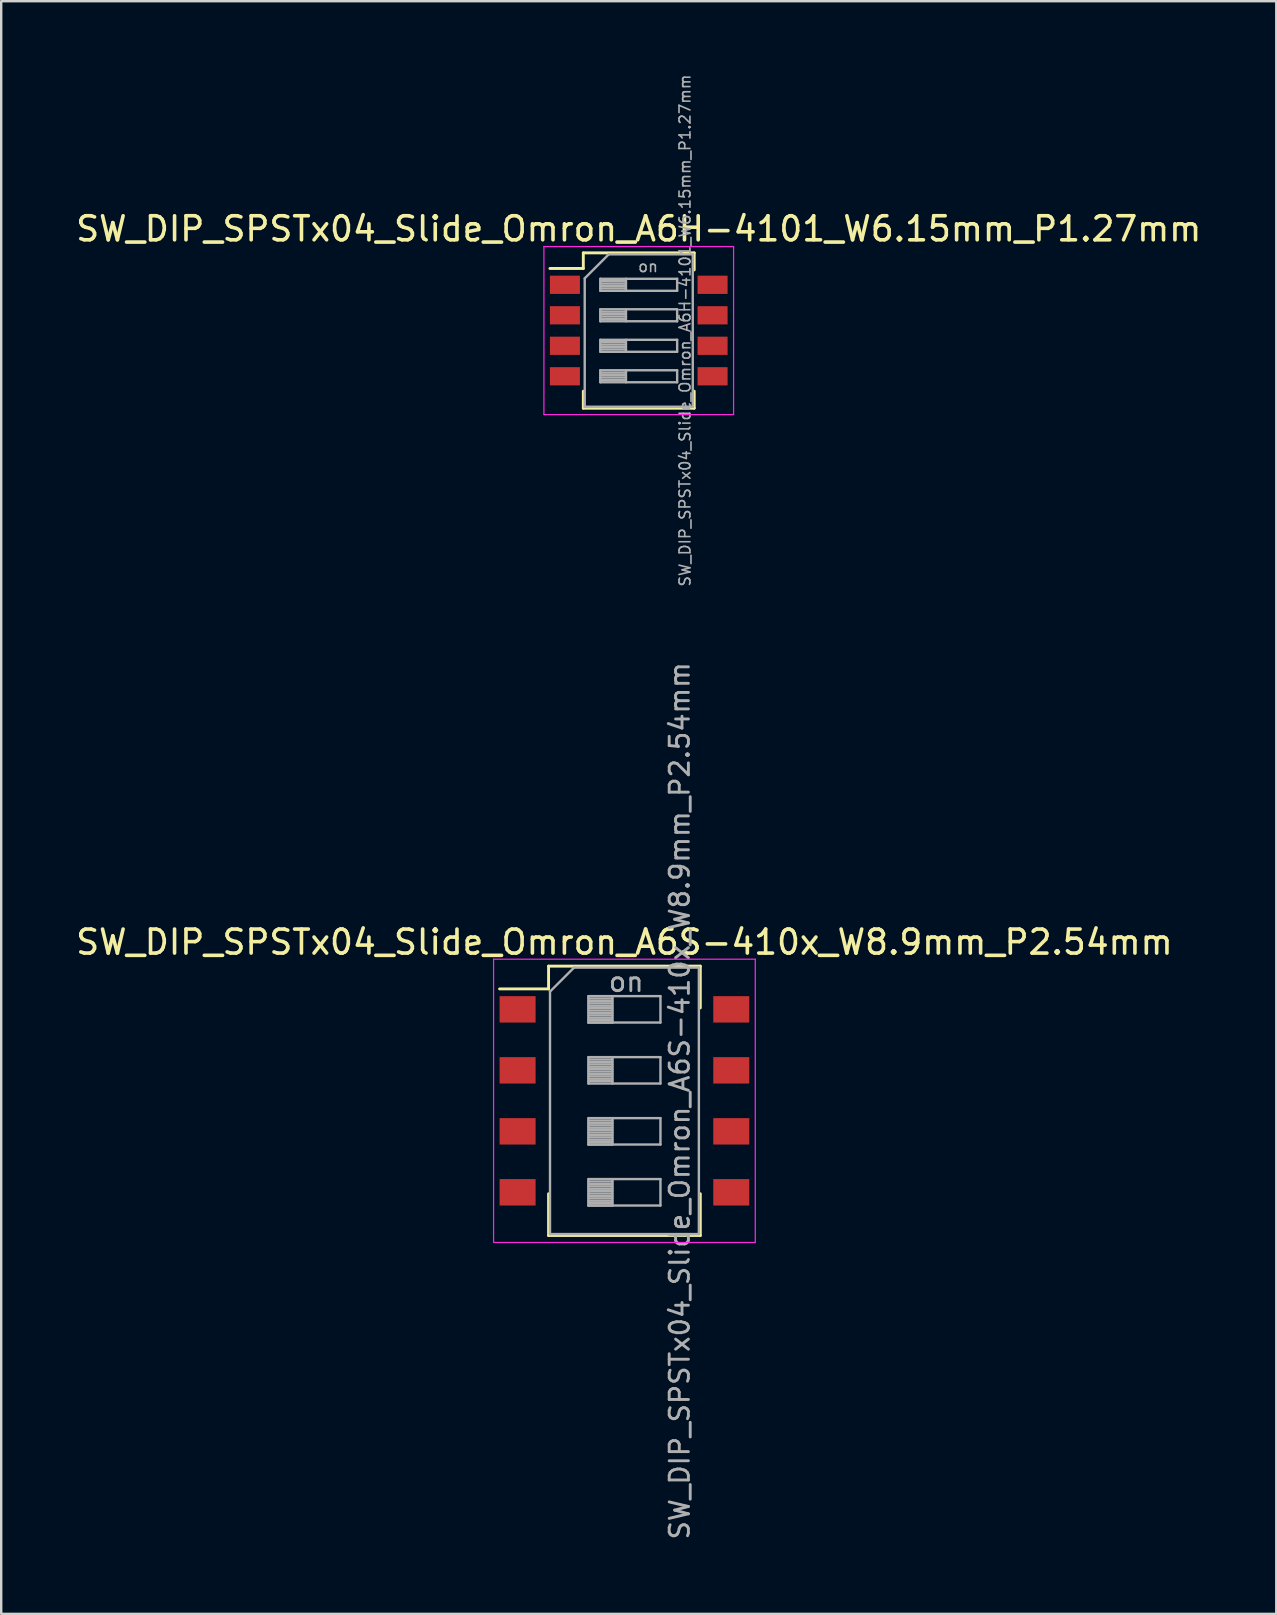
<source format=kicad_pcb>
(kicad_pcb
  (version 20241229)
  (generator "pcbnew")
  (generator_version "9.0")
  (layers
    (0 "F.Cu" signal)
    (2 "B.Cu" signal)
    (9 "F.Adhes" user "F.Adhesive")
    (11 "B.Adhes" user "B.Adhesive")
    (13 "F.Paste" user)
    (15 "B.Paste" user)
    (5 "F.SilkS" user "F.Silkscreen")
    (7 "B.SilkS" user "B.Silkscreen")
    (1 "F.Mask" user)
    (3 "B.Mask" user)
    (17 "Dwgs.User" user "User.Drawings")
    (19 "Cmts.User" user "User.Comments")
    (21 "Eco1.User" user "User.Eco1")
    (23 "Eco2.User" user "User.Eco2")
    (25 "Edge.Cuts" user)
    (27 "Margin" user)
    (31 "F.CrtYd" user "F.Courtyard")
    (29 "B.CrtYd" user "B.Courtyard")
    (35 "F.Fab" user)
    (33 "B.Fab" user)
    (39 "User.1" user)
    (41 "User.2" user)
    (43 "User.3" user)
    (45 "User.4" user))
  (footprint "SW_DIP_SPSTx04_Slide_Omron_A6H-4101_W6.15mm_P1.27mm"
    (layer "F.Cu")
    (at 23.554 10.717)
    (property "Reference" "SW_DIP_SPSTx04_Slide_Omron_A6H-4101_W6.15mm_P1.27mm" (at 0 -4.235 0) (layer "F.SilkS") (effects (font (size 1 1) (thickness 0.15))))
    (attr smd)
    (fp_line (start -3.7 -2.585) (end -2.309 -2.585) (stroke (width 0.12) (type solid)) (layer "F.SilkS"))
    (fp_line (start -2.309 -3.235) (end -2.309 -2.585) (stroke (width 0.12) (type solid)) (layer "F.SilkS"))
    (fp_line (start -2.309 -3.235) (end 2.31 -3.235) (stroke (width 0.12) (type solid)) (layer "F.SilkS"))
    (fp_line (start -2.309 2.525) (end -2.309 3.235) (stroke (width 0.12) (type solid)) (layer "F.SilkS"))
    (fp_line (start -2.309 3.235) (end 2.31 3.235) (stroke (width 0.12) (type solid)) (layer "F.SilkS"))
    (fp_line (start 2.31 -3.235) (end 2.31 -2.525) (stroke (width 0.12) (type solid)) (layer "F.SilkS"))
    (fp_line (start 2.31 2.525) (end 2.31 3.235) (stroke (width 0.12) (type solid)) (layer "F.SilkS"))
    (fp_line (start -3.95 -3.5) (end -3.95 3.5) (stroke (width 0.05) (type solid)) (layer "F.CrtYd"))
    (fp_line (start -3.95 3.5) (end 3.95 3.5) (stroke (width 0.05) (type solid)) (layer "F.CrtYd"))
    (fp_line (start 3.95 -3.5) (end -3.95 -3.5) (stroke (width 0.05) (type solid)) (layer "F.CrtYd"))
    (fp_line (start 3.95 3.5) (end 3.95 -3.5) (stroke (width 0.05) (type solid)) (layer "F.CrtYd"))
    (fp_line (start -2.25 -2.175) (end -1.25 -3.175) (stroke (width 0.1) (type solid)) (layer "F.Fab"))
    (fp_line (start -2.25 3.175) (end -2.25 -2.175) (stroke (width 0.1) (type solid)) (layer "F.Fab"))
    (fp_line (start -1.6 -2.155) (end -1.6 -1.655) (stroke (width 0.1) (type solid)) (layer "F.Fab"))
    (fp_line (start -1.6 -2.055) (end -0.533 -2.055) (stroke (width 0.1) (type solid)) (layer "F.Fab"))
    (fp_line (start -1.6 -1.955) (end -0.533 -1.955) (stroke (width 0.1) (type solid)) (layer "F.Fab"))
    (fp_line (start -1.6 -1.855) (end -0.533 -1.855) (stroke (width 0.1) (type solid)) (layer "F.Fab"))
    (fp_line (start -1.6 -1.755) (end -0.533 -1.755) (stroke (width 0.1) (type solid)) (layer "F.Fab"))
    (fp_line (start -1.6 -1.655) (end 1.6 -1.655) (stroke (width 0.1) (type solid)) (layer "F.Fab"))
    (fp_line (start -1.6 -0.885) (end -1.6 -0.385) (stroke (width 0.1) (type solid)) (layer "F.Fab"))
    (fp_line (start -1.6 -0.785) (end -0.533 -0.785) (stroke (width 0.1) (type solid)) (layer "F.Fab"))
    (fp_line (start -1.6 -0.685) (end -0.533 -0.685) (stroke (width 0.1) (type solid)) (layer "F.Fab"))
    (fp_line (start -1.6 -0.585) (end -0.533 -0.585) (stroke (width 0.1) (type solid)) (layer "F.Fab"))
    (fp_line (start -1.6 -0.485) (end -0.533 -0.485) (stroke (width 0.1) (type solid)) (layer "F.Fab"))
    (fp_line (start -1.6 -0.385) (end 1.6 -0.385) (stroke (width 0.1) (type solid)) (layer "F.Fab"))
    (fp_line (start -1.6 0.385) (end -1.6 0.885) (stroke (width 0.1) (type solid)) (layer "F.Fab"))
    (fp_line (start -1.6 0.485) (end -0.533 0.485) (stroke (width 0.1) (type solid)) (layer "F.Fab"))
    (fp_line (start -1.6 0.585) (end -0.533 0.585) (stroke (width 0.1) (type solid)) (layer "F.Fab"))
    (fp_line (start -1.6 0.685) (end -0.533 0.685) (stroke (width 0.1) (type solid)) (layer "F.Fab"))
    (fp_line (start -1.6 0.785) (end -0.533 0.785) (stroke (width 0.1) (type solid)) (layer "F.Fab"))
    (fp_line (start -1.6 0.885) (end 1.6 0.885) (stroke (width 0.1) (type solid)) (layer "F.Fab"))
    (fp_line (start -1.6 1.655) (end -1.6 2.155) (stroke (width 0.1) (type solid)) (layer "F.Fab"))
    (fp_line (start -1.6 1.755) (end -0.533 1.755) (stroke (width 0.1) (type solid)) (layer "F.Fab"))
    (fp_line (start -1.6 1.855) (end -0.533 1.855) (stroke (width 0.1) (type solid)) (layer "F.Fab"))
    (fp_line (start -1.6 1.955) (end -0.533 1.955) (stroke (width 0.1) (type solid)) (layer "F.Fab"))
    (fp_line (start -1.6 2.055) (end -0.533 2.055) (stroke (width 0.1) (type solid)) (layer "F.Fab"))
    (fp_line (start -1.6 2.155) (end 1.6 2.155) (stroke (width 0.1) (type solid)) (layer "F.Fab"))
    (fp_line (start -1.25 -3.175) (end 2.25 -3.175) (stroke (width 0.1) (type solid)) (layer "F.Fab"))
    (fp_line (start -0.533 -2.155) (end -0.533 -1.655) (stroke (width 0.1) (type solid)) (layer "F.Fab"))
    (fp_line (start -0.533 -0.885) (end -0.533 -0.385) (stroke (width 0.1) (type solid)) (layer "F.Fab"))
    (fp_line (start -0.533 0.385) (end -0.533 0.885) (stroke (width 0.1) (type solid)) (layer "F.Fab"))
    (fp_line (start -0.533 1.655) (end -0.533 2.155) (stroke (width 0.1) (type solid)) (layer "F.Fab"))
    (fp_line (start 1.6 -2.155) (end -1.6 -2.155) (stroke (width 0.1) (type solid)) (layer "F.Fab"))
    (fp_line (start 1.6 -1.655) (end 1.6 -2.155) (stroke (width 0.1) (type solid)) (layer "F.Fab"))
    (fp_line (start 1.6 -0.885) (end -1.6 -0.885) (stroke (width 0.1) (type solid)) (layer "F.Fab"))
    (fp_line (start 1.6 -0.385) (end 1.6 -0.885) (stroke (width 0.1) (type solid)) (layer "F.Fab"))
    (fp_line (start 1.6 0.385) (end -1.6 0.385) (stroke (width 0.1) (type solid)) (layer "F.Fab"))
    (fp_line (start 1.6 0.885) (end 1.6 0.385) (stroke (width 0.1) (type solid)) (layer "F.Fab"))
    (fp_line (start 1.6 1.655) (end -1.6 1.655) (stroke (width 0.1) (type solid)) (layer "F.Fab"))
    (fp_line (start 1.6 2.155) (end 1.6 1.655) (stroke (width 0.1) (type solid)) (layer "F.Fab"))
    (fp_line (start 2.25 -3.175) (end 2.25 3.175) (stroke (width 0.1) (type solid)) (layer "F.Fab"))
    (fp_line (start 2.25 3.175) (end -2.25 3.175) (stroke (width 0.1) (type solid)) (layer "F.Fab"))
    (fp_text user "${REFERENCE}" (at 1.925 0 90) (layer "F.Fab") (effects (font (size 0.455 0.455) (thickness 0.068))))
    (fp_text user "on" (at 0.388 -2.665 0) (layer "F.Fab") (effects (font (size 0.455 0.455) (thickness 0.068))))
    (pad "1" smd rect (at -3.075 -1.905) (size 1.25 0.76) (layers "F.Cu" "F.Mask" "F.Paste"))
    (pad "2" smd rect (at -3.075 -0.635) (size 1.25 0.76) (layers "F.Cu" "F.Mask" "F.Paste"))
    (pad "3" smd rect (at -3.075 0.635) (size 1.25 0.76) (layers "F.Cu" "F.Mask" "F.Paste"))
    (pad "4" smd rect (at -3.075 1.905) (size 1.25 0.76) (layers "F.Cu" "F.Mask" "F.Paste"))
    (pad "5" smd rect (at 3.075 1.905) (size 1.25 0.76) (layers "F.Cu" "F.Mask" "F.Paste"))
    (pad "6" smd rect (at 3.075 0.635) (size 1.25 0.76) (layers "F.Cu" "F.Mask" "F.Paste"))
    (pad "7" smd rect (at 3.075 -0.635) (size 1.25 0.76) (layers "F.Cu" "F.Mask" "F.Paste"))
    (pad "8" smd rect (at 3.075 -1.905) (size 1.25 0.76) (layers "F.Cu" "F.Mask" "F.Paste")))
  (footprint "SW_DIP_SPSTx04_Slide_Omron_A6S-410x_W8.9mm_P2.54mm"
    (layer "F.Cu")
    (at 22.958 42.8)
    (property "Reference" "SW_DIP_SPSTx04_Slide_Omron_A6S-410x_W8.9mm_P2.54mm" (at 0 -6.61 0) (layer "F.SilkS") (effects (font (size 1 1) (thickness 0.15))))
    (attr smd)
    (fp_line (start -5.2 -4.661) (end -3.16 -4.661) (stroke (width 0.12) (type solid)) (layer "F.SilkS"))
    (fp_line (start -3.16 -5.61) (end -3.16 -4.661) (stroke (width 0.12) (type solid)) (layer "F.SilkS"))
    (fp_line (start -3.16 -5.61) (end 3.16 -5.61) (stroke (width 0.12) (type solid)) (layer "F.SilkS"))
    (fp_line (start -3.16 3.87) (end -3.16 5.61) (stroke (width 0.12) (type solid)) (layer "F.SilkS"))
    (fp_line (start -3.16 5.61) (end 3.16 5.61) (stroke (width 0.12) (type solid)) (layer "F.SilkS"))
    (fp_line (start 3.16 -5.61) (end 3.16 -3.871) (stroke (width 0.12) (type solid)) (layer "F.SilkS"))
    (fp_line (start 3.16 3.87) (end 3.16 5.61) (stroke (width 0.12) (type solid)) (layer "F.SilkS"))
    (fp_line (start -5.45 -5.9) (end -5.45 5.9) (stroke (width 0.05) (type solid)) (layer "F.CrtYd"))
    (fp_line (start -5.45 5.9) (end 5.45 5.9) (stroke (width 0.05) (type solid)) (layer "F.CrtYd"))
    (fp_line (start 5.45 -5.9) (end -5.45 -5.9) (stroke (width 0.05) (type solid)) (layer "F.CrtYd"))
    (fp_line (start 5.45 5.9) (end 5.45 -5.9) (stroke (width 0.05) (type solid)) (layer "F.CrtYd"))
    (fp_line (start -3.1 -4.55) (end -2.1 -5.55) (stroke (width 0.1) (type solid)) (layer "F.Fab"))
    (fp_line (start -3.1 5.55) (end -3.1 -4.55) (stroke (width 0.1) (type solid)) (layer "F.Fab"))
    (fp_line (start -2.1 -5.55) (end 3.1 -5.55) (stroke (width 0.1) (type solid)) (layer "F.Fab"))
    (fp_line (start -1.5 -4.36) (end -1.5 -3.26) (stroke (width 0.1) (type solid)) (layer "F.Fab"))
    (fp_line (start -1.5 -4.26) (end -0.5 -4.26) (stroke (width 0.1) (type solid)) (layer "F.Fab"))
    (fp_line (start -1.5 -4.16) (end -0.5 -4.16) (stroke (width 0.1) (type solid)) (layer "F.Fab"))
    (fp_line (start -1.5 -4.06) (end -0.5 -4.06) (stroke (width 0.1) (type solid)) (layer "F.Fab"))
    (fp_line (start -1.5 -3.96) (end -0.5 -3.96) (stroke (width 0.1) (type solid)) (layer "F.Fab"))
    (fp_line (start -1.5 -3.86) (end -0.5 -3.86) (stroke (width 0.1) (type solid)) (layer "F.Fab"))
    (fp_line (start -1.5 -3.76) (end -0.5 -3.76) (stroke (width 0.1) (type solid)) (layer "F.Fab"))
    (fp_line (start -1.5 -3.66) (end -0.5 -3.66) (stroke (width 0.1) (type solid)) (layer "F.Fab"))
    (fp_line (start -1.5 -3.56) (end -0.5 -3.56) (stroke (width 0.1) (type solid)) (layer "F.Fab"))
    (fp_line (start -1.5 -3.46) (end -0.5 -3.46) (stroke (width 0.1) (type solid)) (layer "F.Fab"))
    (fp_line (start -1.5 -3.36) (end -0.5 -3.36) (stroke (width 0.1) (type solid)) (layer "F.Fab"))
    (fp_line (start -1.5 -3.26) (end -0.5 -3.26) (stroke (width 0.1) (type solid)) (layer "F.Fab"))
    (fp_line (start -1.5 -3.26) (end 1.5 -3.26) (stroke (width 0.1) (type solid)) (layer "F.Fab"))
    (fp_line (start -1.5 -1.82) (end -1.5 -0.72) (stroke (width 0.1) (type solid)) (layer "F.Fab"))
    (fp_line (start -1.5 -1.72) (end -0.5 -1.72) (stroke (width 0.1) (type solid)) (layer "F.Fab"))
    (fp_line (start -1.5 -1.62) (end -0.5 -1.62) (stroke (width 0.1) (type solid)) (layer "F.Fab"))
    (fp_line (start -1.5 -1.52) (end -0.5 -1.52) (stroke (width 0.1) (type solid)) (layer "F.Fab"))
    (fp_line (start -1.5 -1.42) (end -0.5 -1.42) (stroke (width 0.1) (type solid)) (layer "F.Fab"))
    (fp_line (start -1.5 -1.32) (end -0.5 -1.32) (stroke (width 0.1) (type solid)) (layer "F.Fab"))
    (fp_line (start -1.5 -1.22) (end -0.5 -1.22) (stroke (width 0.1) (type solid)) (layer "F.Fab"))
    (fp_line (start -1.5 -1.12) (end -0.5 -1.12) (stroke (width 0.1) (type solid)) (layer "F.Fab"))
    (fp_line (start -1.5 -1.02) (end -0.5 -1.02) (stroke (width 0.1) (type solid)) (layer "F.Fab"))
    (fp_line (start -1.5 -0.92) (end -0.5 -0.92) (stroke (width 0.1) (type solid)) (layer "F.Fab"))
    (fp_line (start -1.5 -0.82) (end -0.5 -0.82) (stroke (width 0.1) (type solid)) (layer "F.Fab"))
    (fp_line (start -1.5 -0.72) (end 1.5 -0.72) (stroke (width 0.1) (type solid)) (layer "F.Fab"))
    (fp_line (start -1.5 0.72) (end -1.5 1.82) (stroke (width 0.1) (type solid)) (layer "F.Fab"))
    (fp_line (start -1.5 0.82) (end -0.5 0.82) (stroke (width 0.1) (type solid)) (layer "F.Fab"))
    (fp_line (start -1.5 0.92) (end -0.5 0.92) (stroke (width 0.1) (type solid)) (layer "F.Fab"))
    (fp_line (start -1.5 1.02) (end -0.5 1.02) (stroke (width 0.1) (type solid)) (layer "F.Fab"))
    (fp_line (start -1.5 1.12) (end -0.5 1.12) (stroke (width 0.1) (type solid)) (layer "F.Fab"))
    (fp_line (start -1.5 1.22) (end -0.5 1.22) (stroke (width 0.1) (type solid)) (layer "F.Fab"))
    (fp_line (start -1.5 1.32) (end -0.5 1.32) (stroke (width 0.1) (type solid)) (layer "F.Fab"))
    (fp_line (start -1.5 1.42) (end -0.5 1.42) (stroke (width 0.1) (type solid)) (layer "F.Fab"))
    (fp_line (start -1.5 1.52) (end -0.5 1.52) (stroke (width 0.1) (type solid)) (layer "F.Fab"))
    (fp_line (start -1.5 1.62) (end -0.5 1.62) (stroke (width 0.1) (type solid)) (layer "F.Fab"))
    (fp_line (start -1.5 1.72) (end -0.5 1.72) (stroke (width 0.1) (type solid)) (layer "F.Fab"))
    (fp_line (start -1.5 1.82) (end -0.5 1.82) (stroke (width 0.1) (type solid)) (layer "F.Fab"))
    (fp_line (start -1.5 1.82) (end 1.5 1.82) (stroke (width 0.1) (type solid)) (layer "F.Fab"))
    (fp_line (start -1.5 3.26) (end -1.5 4.36) (stroke (width 0.1) (type solid)) (layer "F.Fab"))
    (fp_line (start -1.5 3.36) (end -0.5 3.36) (stroke (width 0.1) (type solid)) (layer "F.Fab"))
    (fp_line (start -1.5 3.46) (end -0.5 3.46) (stroke (width 0.1) (type solid)) (layer "F.Fab"))
    (fp_line (start -1.5 3.56) (end -0.5 3.56) (stroke (width 0.1) (type solid)) (layer "F.Fab"))
    (fp_line (start -1.5 3.66) (end -0.5 3.66) (stroke (width 0.1) (type solid)) (layer "F.Fab"))
    (fp_line (start -1.5 3.76) (end -0.5 3.76) (stroke (width 0.1) (type solid)) (layer "F.Fab"))
    (fp_line (start -1.5 3.86) (end -0.5 3.86) (stroke (width 0.1) (type solid)) (layer "F.Fab"))
    (fp_line (start -1.5 3.96) (end -0.5 3.96) (stroke (width 0.1) (type solid)) (layer "F.Fab"))
    (fp_line (start -1.5 4.06) (end -0.5 4.06) (stroke (width 0.1) (type solid)) (layer "F.Fab"))
    (fp_line (start -1.5 4.16) (end -0.5 4.16) (stroke (width 0.1) (type solid)) (layer "F.Fab"))
    (fp_line (start -1.5 4.26) (end -0.5 4.26) (stroke (width 0.1) (type solid)) (layer "F.Fab"))
    (fp_line (start -1.5 4.36) (end -0.5 4.36) (stroke (width 0.1) (type solid)) (layer "F.Fab"))
    (fp_line (start -1.5 4.36) (end 1.5 4.36) (stroke (width 0.1) (type solid)) (layer "F.Fab"))
    (fp_line (start -0.5 -4.36) (end -0.5 -3.26) (stroke (width 0.1) (type solid)) (layer "F.Fab"))
    (fp_line (start -0.5 -1.82) (end -0.5 -0.72) (stroke (width 0.1) (type solid)) (layer "F.Fab"))
    (fp_line (start -0.5 0.72) (end -0.5 1.82) (stroke (width 0.1) (type solid)) (layer "F.Fab"))
    (fp_line (start -0.5 3.26) (end -0.5 4.36) (stroke (width 0.1) (type solid)) (layer "F.Fab"))
    (fp_line (start 1.5 -4.36) (end -1.5 -4.36) (stroke (width 0.1) (type solid)) (layer "F.Fab"))
    (fp_line (start 1.5 -3.26) (end 1.5 -4.36) (stroke (width 0.1) (type solid)) (layer "F.Fab"))
    (fp_line (start 1.5 -1.82) (end -1.5 -1.82) (stroke (width 0.1) (type solid)) (layer "F.Fab"))
    (fp_line (start 1.5 -0.72) (end 1.5 -1.82) (stroke (width 0.1) (type solid)) (layer "F.Fab"))
    (fp_line (start 1.5 0.72) (end -1.5 0.72) (stroke (width 0.1) (type solid)) (layer "F.Fab"))
    (fp_line (start 1.5 1.82) (end 1.5 0.72) (stroke (width 0.1) (type solid)) (layer "F.Fab"))
    (fp_line (start 1.5 3.26) (end -1.5 3.26) (stroke (width 0.1) (type solid)) (layer "F.Fab"))
    (fp_line (start 1.5 4.36) (end 1.5 3.26) (stroke (width 0.1) (type solid)) (layer "F.Fab"))
    (fp_line (start 3.1 -5.55) (end 3.1 5.55) (stroke (width 0.1) (type solid)) (layer "F.Fab"))
    (fp_line (start 3.1 5.55) (end -3.1 5.55) (stroke (width 0.1) (type solid)) (layer "F.Fab"))
    (fp_text user "on" (at 0.075 -4.955 0) (layer "F.Fab") (effects (font (size 0.8 0.8) (thickness 0.12))))
    (fp_text user "${REFERENCE}" (at 2.3 0 90) (layer "F.Fab") (effects (font (size 0.8 0.8) (thickness 0.12))))
    (pad "1" smd rect (at -4.45 -3.81) (size 1.5 1.1) (layers "F.Cu" "F.Mask" "F.Paste"))
    (pad "2" smd rect (at -4.45 -1.27) (size 1.5 1.1) (layers "F.Cu" "F.Mask" "F.Paste"))
    (pad "3" smd rect (at -4.45 1.27) (size 1.5 1.1) (layers "F.Cu" "F.Mask" "F.Paste"))
    (pad "4" smd rect (at -4.45 3.81) (size 1.5 1.1) (layers "F.Cu" "F.Mask" "F.Paste"))
    (pad "5" smd rect (at 4.45 3.81) (size 1.5 1.1) (layers "F.Cu" "F.Mask" "F.Paste"))
    (pad "6" smd rect (at 4.45 1.27) (size 1.5 1.1) (layers "F.Cu" "F.Mask" "F.Paste"))
    (pad "7" smd rect (at 4.45 -1.27) (size 1.5 1.1) (layers "F.Cu" "F.Mask" "F.Paste"))
    (pad "8" smd rect (at 4.45 -3.81) (size 1.5 1.1) (layers "F.Cu" "F.Mask" "F.Paste")))
  (gr_rect
    (start -3 -3)
    (end 50.107 64.167)
    (stroke (width 0.1) (type default))
    (fill no)
    (layer "Edge.Cuts")))
</source>
